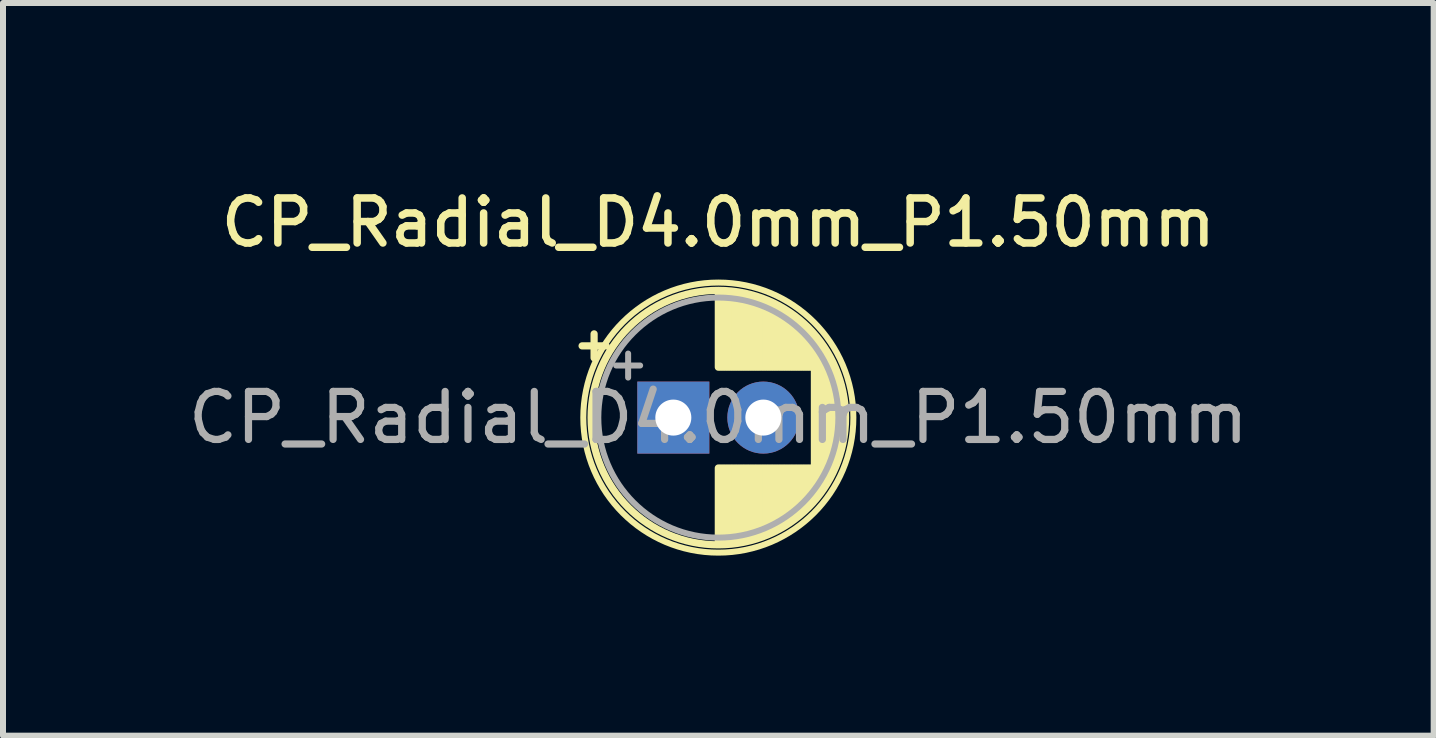
<source format=kicad_pcb>
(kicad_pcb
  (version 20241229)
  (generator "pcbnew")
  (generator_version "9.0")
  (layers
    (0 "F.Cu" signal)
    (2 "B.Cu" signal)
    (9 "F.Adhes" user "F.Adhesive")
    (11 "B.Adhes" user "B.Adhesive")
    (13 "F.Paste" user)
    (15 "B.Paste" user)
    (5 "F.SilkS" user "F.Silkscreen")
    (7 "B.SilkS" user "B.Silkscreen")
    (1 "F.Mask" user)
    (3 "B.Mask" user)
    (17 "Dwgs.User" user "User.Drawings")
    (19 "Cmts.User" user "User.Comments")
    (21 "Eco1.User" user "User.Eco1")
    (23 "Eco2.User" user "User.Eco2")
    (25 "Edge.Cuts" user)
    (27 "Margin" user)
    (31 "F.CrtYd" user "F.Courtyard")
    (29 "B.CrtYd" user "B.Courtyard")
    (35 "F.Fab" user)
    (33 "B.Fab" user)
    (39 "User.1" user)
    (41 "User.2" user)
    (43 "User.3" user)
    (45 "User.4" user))
  (footprint "CP_Radial_D4.0mm_P1.50mm"
    (layer "F.Cu")
    (at 8.169 3.908)
    (property "Reference" "CP_Radial_D4.0mm_P1.50mm" (at 0.75 -3.25 0) (layer "F.SilkS") (effects (font (size 0.75 0.75) (thickness 0.125))))
    (attr through_hole)
    (fp_line (start -1.52 -1.195) (end -1.12 -1.195) (stroke (width 0.12) (type solid)) (layer "F.SilkS"))
    (fp_line (start -1.32 -1.395) (end -1.32 -0.995) (stroke (width 0.12) (type solid)) (layer "F.SilkS"))
    (fp_line (start 0.75 -2.08) (end 0.75 -0.84) (stroke (width 0.12) (type solid)) (layer "F.SilkS"))
    (fp_line (start 0.75 0.84) (end 0.75 2.08) (stroke (width 0.12) (type solid)) (layer "F.SilkS"))
    (fp_line (start 0.79 -2.08) (end 0.79 -0.84) (stroke (width 0.12) (type solid)) (layer "F.SilkS"))
    (fp_line (start 0.79 0.84) (end 0.79 2.08) (stroke (width 0.12) (type solid)) (layer "F.SilkS"))
    (fp_line (start 0.83 -2.079) (end 0.83 -0.84) (stroke (width 0.12) (type solid)) (layer "F.SilkS"))
    (fp_line (start 0.83 0.84) (end 0.83 2.079) (stroke (width 0.12) (type solid)) (layer "F.SilkS"))
    (fp_line (start 0.87 -2.077) (end 0.87 -0.84) (stroke (width 0.12) (type solid)) (layer "F.SilkS"))
    (fp_line (start 0.87 0.84) (end 0.87 2.077) (stroke (width 0.12) (type solid)) (layer "F.SilkS"))
    (fp_line (start 0.91 -2.074) (end 0.91 -0.84) (stroke (width 0.12) (type solid)) (layer "F.SilkS"))
    (fp_line (start 0.91 0.84) (end 0.91 2.074) (stroke (width 0.12) (type solid)) (layer "F.SilkS"))
    (fp_line (start 0.95 -2.071) (end 0.95 -0.84) (stroke (width 0.12) (type solid)) (layer "F.SilkS"))
    (fp_line (start 0.95 0.84) (end 0.95 2.071) (stroke (width 0.12) (type solid)) (layer "F.SilkS"))
    (fp_line (start 0.99 -2.067) (end 0.99 -0.84) (stroke (width 0.12) (type solid)) (layer "F.SilkS"))
    (fp_line (start 0.99 0.84) (end 0.99 2.067) (stroke (width 0.12) (type solid)) (layer "F.SilkS"))
    (fp_line (start 1.03 -2.062) (end 1.03 -0.84) (stroke (width 0.12) (type solid)) (layer "F.SilkS"))
    (fp_line (start 1.03 0.84) (end 1.03 2.062) (stroke (width 0.12) (type solid)) (layer "F.SilkS"))
    (fp_line (start 1.07 -2.056) (end 1.07 -0.84) (stroke (width 0.12) (type solid)) (layer "F.SilkS"))
    (fp_line (start 1.07 0.84) (end 1.07 2.056) (stroke (width 0.12) (type solid)) (layer "F.SilkS"))
    (fp_line (start 1.11 -2.05) (end 1.11 -0.84) (stroke (width 0.12) (type solid)) (layer "F.SilkS"))
    (fp_line (start 1.11 0.84) (end 1.11 2.05) (stroke (width 0.12) (type solid)) (layer "F.SilkS"))
    (fp_line (start 1.15 -2.042) (end 1.15 -0.84) (stroke (width 0.12) (type solid)) (layer "F.SilkS"))
    (fp_line (start 1.15 0.84) (end 1.15 2.042) (stroke (width 0.12) (type solid)) (layer "F.SilkS"))
    (fp_line (start 1.19 -2.034) (end 1.19 -0.84) (stroke (width 0.12) (type solid)) (layer "F.SilkS"))
    (fp_line (start 1.19 0.84) (end 1.19 2.034) (stroke (width 0.12) (type solid)) (layer "F.SilkS"))
    (fp_line (start 1.23 -2.025) (end 1.23 -0.84) (stroke (width 0.12) (type solid)) (layer "F.SilkS"))
    (fp_line (start 1.23 0.84) (end 1.23 2.025) (stroke (width 0.12) (type solid)) (layer "F.SilkS"))
    (fp_line (start 1.27 -2.016) (end 1.27 -0.84) (stroke (width 0.12) (type solid)) (layer "F.SilkS"))
    (fp_line (start 1.27 0.84) (end 1.27 2.016) (stroke (width 0.12) (type solid)) (layer "F.SilkS"))
    (fp_line (start 1.31 -2.005) (end 1.31 -0.84) (stroke (width 0.12) (type solid)) (layer "F.SilkS"))
    (fp_line (start 1.31 0.84) (end 1.31 2.005) (stroke (width 0.12) (type solid)) (layer "F.SilkS"))
    (fp_line (start 1.35 -1.994) (end 1.35 -0.84) (stroke (width 0.12) (type solid)) (layer "F.SilkS"))
    (fp_line (start 1.35 0.84) (end 1.35 1.994) (stroke (width 0.12) (type solid)) (layer "F.SilkS"))
    (fp_line (start 1.39 -1.982) (end 1.39 -0.84) (stroke (width 0.12) (type solid)) (layer "F.SilkS"))
    (fp_line (start 1.39 0.84) (end 1.39 1.982) (stroke (width 0.12) (type solid)) (layer "F.SilkS"))
    (fp_line (start 1.43 -1.968) (end 1.43 -0.84) (stroke (width 0.12) (type solid)) (layer "F.SilkS"))
    (fp_line (start 1.43 0.84) (end 1.43 1.968) (stroke (width 0.12) (type solid)) (layer "F.SilkS"))
    (fp_line (start 1.471 -1.954) (end 1.471 -0.84) (stroke (width 0.12) (type solid)) (layer "F.SilkS"))
    (fp_line (start 1.471 0.84) (end 1.471 1.954) (stroke (width 0.12) (type solid)) (layer "F.SilkS"))
    (fp_line (start 1.511 -1.94) (end 1.511 -0.84) (stroke (width 0.12) (type solid)) (layer "F.SilkS"))
    (fp_line (start 1.511 0.84) (end 1.511 1.94) (stroke (width 0.12) (type solid)) (layer "F.SilkS"))
    (fp_line (start 1.551 -1.924) (end 1.551 -0.84) (stroke (width 0.12) (type solid)) (layer "F.SilkS"))
    (fp_line (start 1.551 0.84) (end 1.551 1.924) (stroke (width 0.12) (type solid)) (layer "F.SilkS"))
    (fp_line (start 1.591 -1.907) (end 1.591 -0.84) (stroke (width 0.12) (type solid)) (layer "F.SilkS"))
    (fp_line (start 1.591 0.84) (end 1.591 1.907) (stroke (width 0.12) (type solid)) (layer "F.SilkS"))
    (fp_line (start 1.631 -1.889) (end 1.631 -0.84) (stroke (width 0.12) (type solid)) (layer "F.SilkS"))
    (fp_line (start 1.631 0.84) (end 1.631 1.889) (stroke (width 0.12) (type solid)) (layer "F.SilkS"))
    (fp_line (start 1.671 -1.87) (end 1.671 -0.84) (stroke (width 0.12) (type solid)) (layer "F.SilkS"))
    (fp_line (start 1.671 0.84) (end 1.671 1.87) (stroke (width 0.12) (type solid)) (layer "F.SilkS"))
    (fp_line (start 1.711 -1.851) (end 1.711 -0.84) (stroke (width 0.12) (type solid)) (layer "F.SilkS"))
    (fp_line (start 1.711 0.84) (end 1.711 1.851) (stroke (width 0.12) (type solid)) (layer "F.SilkS"))
    (fp_line (start 1.751 -1.83) (end 1.751 -0.84) (stroke (width 0.12) (type solid)) (layer "F.SilkS"))
    (fp_line (start 1.751 0.84) (end 1.751 1.83) (stroke (width 0.12) (type solid)) (layer "F.SilkS"))
    (fp_line (start 1.791 -1.808) (end 1.791 -0.84) (stroke (width 0.12) (type solid)) (layer "F.SilkS"))
    (fp_line (start 1.791 0.84) (end 1.791 1.808) (stroke (width 0.12) (type solid)) (layer "F.SilkS"))
    (fp_line (start 1.831 -1.785) (end 1.831 -0.84) (stroke (width 0.12) (type solid)) (layer "F.SilkS"))
    (fp_line (start 1.831 0.84) (end 1.831 1.785) (stroke (width 0.12) (type solid)) (layer "F.SilkS"))
    (fp_line (start 1.871 -1.76) (end 1.871 -0.84) (stroke (width 0.12) (type solid)) (layer "F.SilkS"))
    (fp_line (start 1.871 0.84) (end 1.871 1.76) (stroke (width 0.12) (type solid)) (layer "F.SilkS"))
    (fp_line (start 1.911 -1.735) (end 1.911 -0.84) (stroke (width 0.12) (type solid)) (layer "F.SilkS"))
    (fp_line (start 1.911 0.84) (end 1.911 1.735) (stroke (width 0.12) (type solid)) (layer "F.SilkS"))
    (fp_line (start 1.951 -1.708) (end 1.951 -0.84) (stroke (width 0.12) (type solid)) (layer "F.SilkS"))
    (fp_line (start 1.951 0.84) (end 1.951 1.708) (stroke (width 0.12) (type solid)) (layer "F.SilkS"))
    (fp_line (start 1.991 -1.68) (end 1.991 -0.84) (stroke (width 0.12) (type solid)) (layer "F.SilkS"))
    (fp_line (start 1.991 0.84) (end 1.991 1.68) (stroke (width 0.12) (type solid)) (layer "F.SilkS"))
    (fp_line (start 2.031 -1.65) (end 2.031 -0.84) (stroke (width 0.12) (type solid)) (layer "F.SilkS"))
    (fp_line (start 2.031 0.84) (end 2.031 1.65) (stroke (width 0.12) (type solid)) (layer "F.SilkS"))
    (fp_line (start 2.071 -1.619) (end 2.071 -0.84) (stroke (width 0.12) (type solid)) (layer "F.SilkS"))
    (fp_line (start 2.071 0.84) (end 2.071 1.619) (stroke (width 0.12) (type solid)) (layer "F.SilkS"))
    (fp_line (start 2.111 -1.587) (end 2.111 -0.84) (stroke (width 0.12) (type solid)) (layer "F.SilkS"))
    (fp_line (start 2.111 0.84) (end 2.111 1.587) (stroke (width 0.12) (type solid)) (layer "F.SilkS"))
    (fp_line (start 2.151 -1.552) (end 2.151 -0.84) (stroke (width 0.12) (type solid)) (layer "F.SilkS"))
    (fp_line (start 2.151 0.84) (end 2.151 1.552) (stroke (width 0.12) (type solid)) (layer "F.SilkS"))
    (fp_line (start 2.191 -1.516) (end 2.191 -0.84) (stroke (width 0.12) (type solid)) (layer "F.SilkS"))
    (fp_line (start 2.191 0.84) (end 2.191 1.516) (stroke (width 0.12) (type solid)) (layer "F.SilkS"))
    (fp_line (start 2.231 -1.478) (end 2.231 -0.84) (stroke (width 0.12) (type solid)) (layer "F.SilkS"))
    (fp_line (start 2.231 0.84) (end 2.231 1.478) (stroke (width 0.12) (type solid)) (layer "F.SilkS"))
    (fp_line (start 2.271 -1.438) (end 2.271 -0.84) (stroke (width 0.12) (type solid)) (layer "F.SilkS"))
    (fp_line (start 2.271 0.84) (end 2.271 1.438) (stroke (width 0.12) (type solid)) (layer "F.SilkS"))
    (fp_line (start 2.311 -1.396) (end 2.311 -0.84) (stroke (width 0.12) (type solid)) (layer "F.SilkS"))
    (fp_line (start 2.311 0.84) (end 2.311 1.396) (stroke (width 0.12) (type solid)) (layer "F.SilkS"))
    (fp_line (start 2.351 -1.351) (end 2.351 1.351) (stroke (width 0.12) (type solid)) (layer "F.SilkS"))
    (fp_line (start 2.391 -1.304) (end 2.391 1.304) (stroke (width 0.12) (type solid)) (layer "F.SilkS"))
    (fp_line (start 2.431 -1.254) (end 2.431 1.254) (stroke (width 0.12) (type solid)) (layer "F.SilkS"))
    (fp_line (start 2.471 -1.2) (end 2.471 1.2) (stroke (width 0.12) (type solid)) (layer "F.SilkS"))
    (fp_line (start 2.511 -1.142) (end 2.511 1.142) (stroke (width 0.12) (type solid)) (layer "F.SilkS"))
    (fp_line (start 2.551 -1.08) (end 2.551 1.08) (stroke (width 0.12) (type solid)) (layer "F.SilkS"))
    (fp_line (start 2.591 -1.013) (end 2.591 1.013) (stroke (width 0.12) (type solid)) (layer "F.SilkS"))
    (fp_line (start 2.631 -0.94) (end 2.631 0.94) (stroke (width 0.12) (type solid)) (layer "F.SilkS"))
    (fp_line (start 2.671 -0.859) (end 2.671 0.859) (stroke (width 0.12) (type solid)) (layer "F.SilkS"))
    (fp_line (start 2.711 -0.768) (end 2.711 0.768) (stroke (width 0.12) (type solid)) (layer "F.SilkS"))
    (fp_line (start 2.751 -0.664) (end 2.751 0.664) (stroke (width 0.12) (type solid)) (layer "F.SilkS"))
    (fp_line (start 2.791 -0.537) (end 2.791 0.537) (stroke (width 0.12) (type solid)) (layer "F.SilkS"))
    (fp_line (start 2.831 -0.37) (end 2.831 0.37) (stroke (width 0.12) (type solid)) (layer "F.SilkS"))
    (fp_circle (center 0.75 0) (end 2.87 0) (stroke (width 0.12) (type solid)) (fill no) (layer "F.SilkS"))
    (fp_circle (center 0.75 0) (end 3 0) (stroke (width 0.1) (type solid)) (fill no) (layer "F.SilkS"))
    (fp_line (start -0.953 -0.868) (end -0.553 -0.868) (stroke (width 0.1) (type solid)) (layer "F.Fab"))
    (fp_line (start -0.753 -1.067) (end -0.753 -0.667) (stroke (width 0.1) (type solid)) (layer "F.Fab"))
    (fp_circle (center 0.75 0) (end 2.75 0) (stroke (width 0.1) (type solid)) (fill no) (layer "F.Fab"))
    (fp_text user "${REFERENCE}" (at 0.75 0 0) (layer "F.Fab") (effects (font (size 0.8 0.8) (thickness 0.12))))
    (pad "1" thru_hole rect (at 0 0) (size 1.2 1.2) (drill 0.6) (layers "*.Cu" "*.Mask"))
    (pad "2" thru_hole circle (at 1.5 0) (size 1.2 1.2) (drill 0.6) (layers "*.Cu" "*.Mask")))
  (gr_rect
    (start -3 -3)
    (end 20.838 9.208)
    (stroke (width 0.1) (type default))
    (fill no)
    (layer "Edge.Cuts")))
</source>
